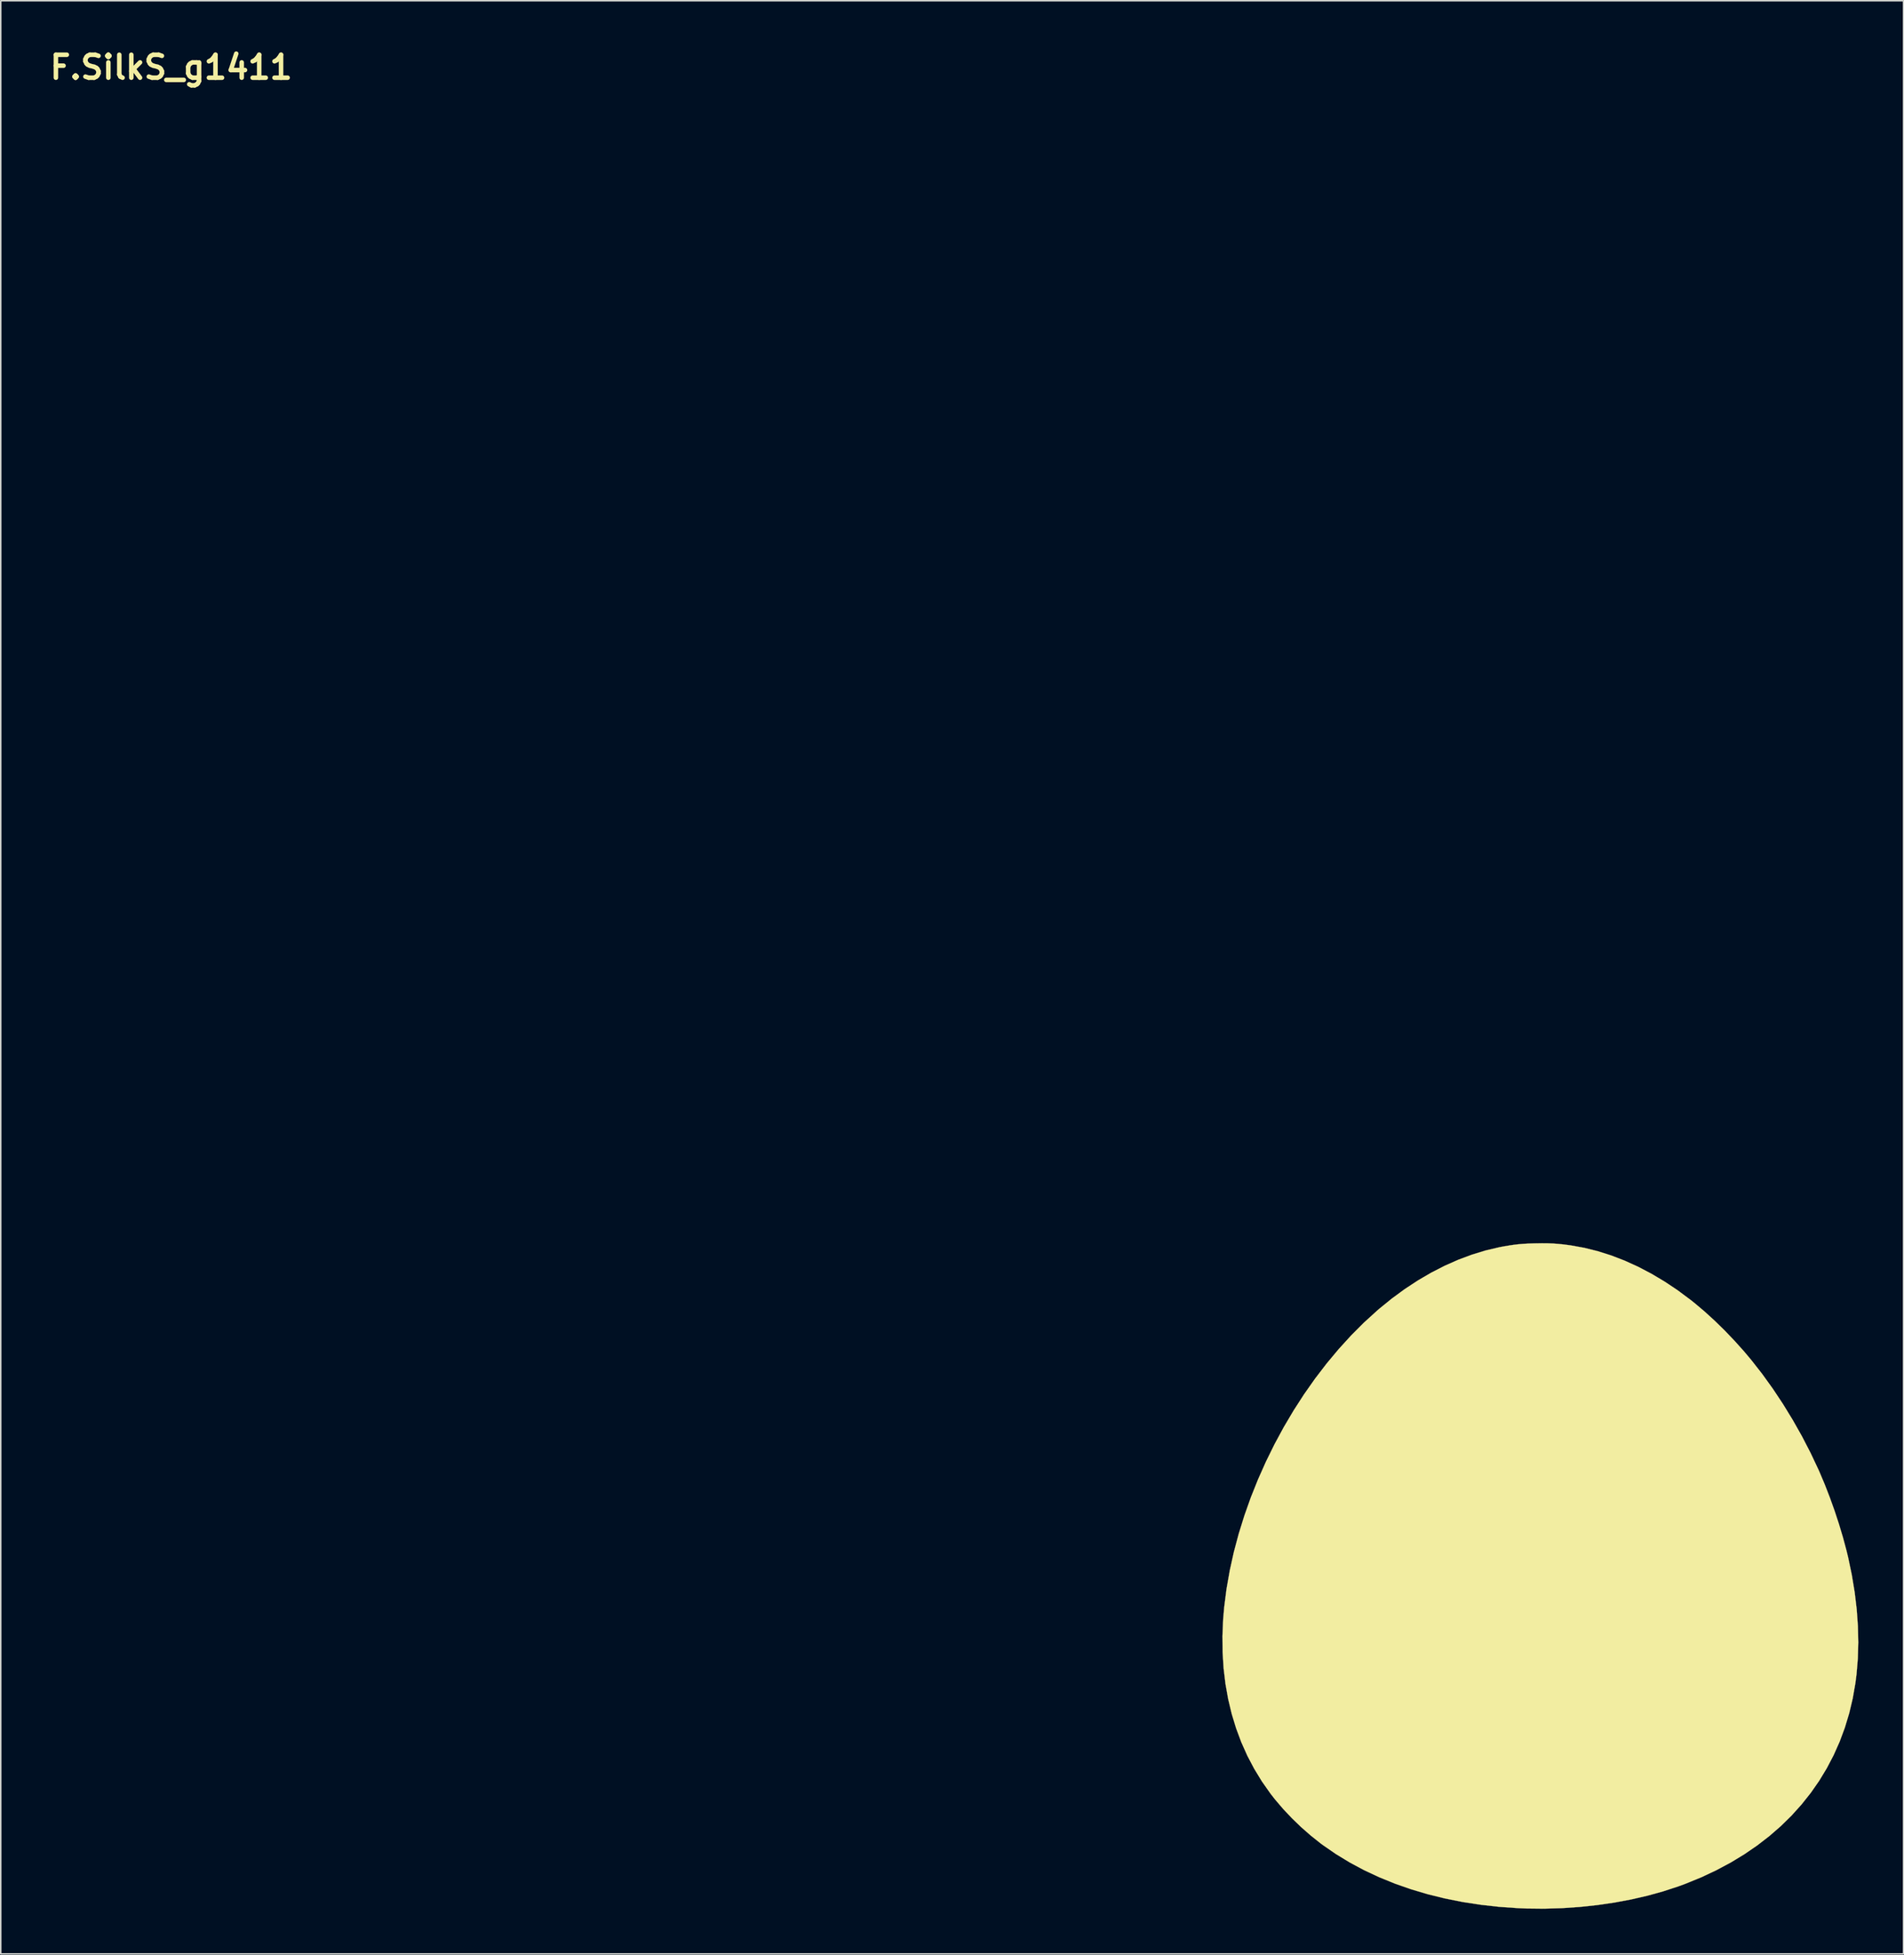
<source format=kicad_pcb>
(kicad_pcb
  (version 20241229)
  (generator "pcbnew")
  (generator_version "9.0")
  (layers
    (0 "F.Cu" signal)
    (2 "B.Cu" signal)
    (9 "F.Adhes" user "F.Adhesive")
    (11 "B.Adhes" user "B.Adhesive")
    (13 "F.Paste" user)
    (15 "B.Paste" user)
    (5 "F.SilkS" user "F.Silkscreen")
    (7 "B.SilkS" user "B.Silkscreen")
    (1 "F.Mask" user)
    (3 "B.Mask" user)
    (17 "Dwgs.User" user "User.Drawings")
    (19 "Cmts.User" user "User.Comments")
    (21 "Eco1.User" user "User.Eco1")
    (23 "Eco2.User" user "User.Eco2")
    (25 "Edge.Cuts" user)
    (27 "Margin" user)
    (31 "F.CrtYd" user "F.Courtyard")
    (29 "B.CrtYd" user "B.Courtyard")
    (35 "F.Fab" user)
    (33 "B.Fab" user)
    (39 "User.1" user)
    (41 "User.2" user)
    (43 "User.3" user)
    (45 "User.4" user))
  (footprint "F.SilkS_g1411"
    (layer "F.Cu")
    (at 8.317 1.418)
    (property "Reference" "F.SilkS_g1411" (at 0 0 0) (layer "F.SilkS") (effects (font (size 1.524 1.524) (thickness 0.3))))
    (attr through_hole)
    (fp_poly (pts (xy 91.398 78.049) (xy 91.757 78.063) (xy 92.109 78.089) (xy 92.471 78.126) (xy 92.863 78.178) (xy 92.916 78.185) (xy 93.814 78.346) (xy 94.713 78.57) (xy 95.611 78.854) (xy 96.507 79.2) (xy 97.399 79.605) (xy 98.284 80.069) (xy 99.16 80.591) (xy 100.026 81.169) (xy 100.879 81.804) (xy 101.14 82.011) (xy 101.802 82.569) (xy 102.472 83.179) (xy 103.138 83.83) (xy 103.792 84.513) (xy 104.424 85.217) (xy 104.905 85.789) (xy 105.631 86.716) (xy 106.337 87.696) (xy 107.017 88.72) (xy 107.666 89.78) (xy 108.28 90.867) (xy 108.851 91.972) (xy 109.377 93.087) (xy 109.442 93.234) (xy 109.788 94.053) (xy 110.121 94.91) (xy 110.437 95.791) (xy 110.729 96.678) (xy 110.993 97.558) (xy 111.224 98.415) (xy 111.342 98.903) (xy 111.585 100.063) (xy 111.774 101.208) (xy 111.908 102.338) (xy 111.987 103.448) (xy 112.012 104.536) (xy 111.983 105.6) (xy 111.898 106.636) (xy 111.822 107.236) (xy 111.645 108.249) (xy 111.411 109.235) (xy 111.121 110.193) (xy 110.776 111.121) (xy 110.376 112.019) (xy 109.922 112.885) (xy 109.416 113.72) (xy 108.857 114.522) (xy 108.246 115.29) (xy 107.585 116.024) (xy 106.874 116.722) (xy 106.113 117.384) (xy 105.304 118.009) (xy 104.447 118.596) (xy 103.544 119.144) (xy 102.593 119.652) (xy 101.598 120.12) (xy 100.557 120.546) (xy 100.058 120.73) (xy 99.055 121.058) (xy 98.008 121.348) (xy 96.924 121.596) (xy 95.809 121.804) (xy 94.669 121.97) (xy 93.51 122.092) (xy 92.34 122.171) (xy 91.165 122.205) (xy 89.991 122.194) (xy 89.424 122.171) (xy 88.168 122.084) (xy 86.939 121.947) (xy 85.737 121.762) (xy 84.564 121.528) (xy 83.422 121.246) (xy 82.314 120.917) (xy 81.242 120.542) (xy 80.206 120.12) (xy 79.209 119.654) (xy 78.254 119.143) (xy 77.341 118.588) (xy 76.473 117.99) (xy 76.312 117.871) (xy 75.659 117.352) (xy 75.018 116.79) (xy 74.402 116.195) (xy 73.82 115.578) (xy 73.284 114.95) (xy 72.982 114.563) (xy 72.417 113.759) (xy 71.907 112.922) (xy 71.45 112.055) (xy 71.049 111.157) (xy 70.703 110.23) (xy 70.412 109.275) (xy 70.177 108.292) (xy 69.998 107.284) (xy 69.875 106.25) (xy 69.808 105.192) (xy 69.798 104.111) (xy 69.844 103.008) (xy 69.914 102.198) (xy 70.068 100.987) (xy 70.282 99.769) (xy 70.552 98.548) (xy 70.877 97.329) (xy 71.255 96.115) (xy 71.683 94.909) (xy 72.161 93.716) (xy 72.686 92.539) (xy 73.255 91.383) (xy 73.868 90.25) (xy 74.522 89.145) (xy 75.215 88.071) (xy 75.945 87.033) (xy 76.711 86.033) (xy 77.51 85.076) (xy 78.34 84.165) (xy 79.199 83.305) (xy 80.086 82.499) (xy 80.219 82.384) (xy 81.059 81.703) (xy 81.915 81.077) (xy 82.785 80.506) (xy 83.667 79.992) (xy 84.558 79.536) (xy 85.457 79.138) (xy 86.361 78.801) (xy 87.269 78.524) (xy 88.177 78.309) (xy 88.502 78.248) (xy 88.842 78.191) (xy 89.153 78.146) (xy 89.451 78.111) (xy 89.755 78.086) (xy 90.082 78.067) (xy 90.448 78.055) (xy 90.584 78.052) (xy 91.013 78.046) (xy 91.398 78.049)) (stroke (width 0.01) (type solid)) (fill yes) (layer "F.SilkS")))
  (gr_rect
    (start -3 -3)
    (end 123.334 126.628)
    (stroke (width 0.1) (type default))
    (fill no)
    (layer "Edge.Cuts")))
</source>
